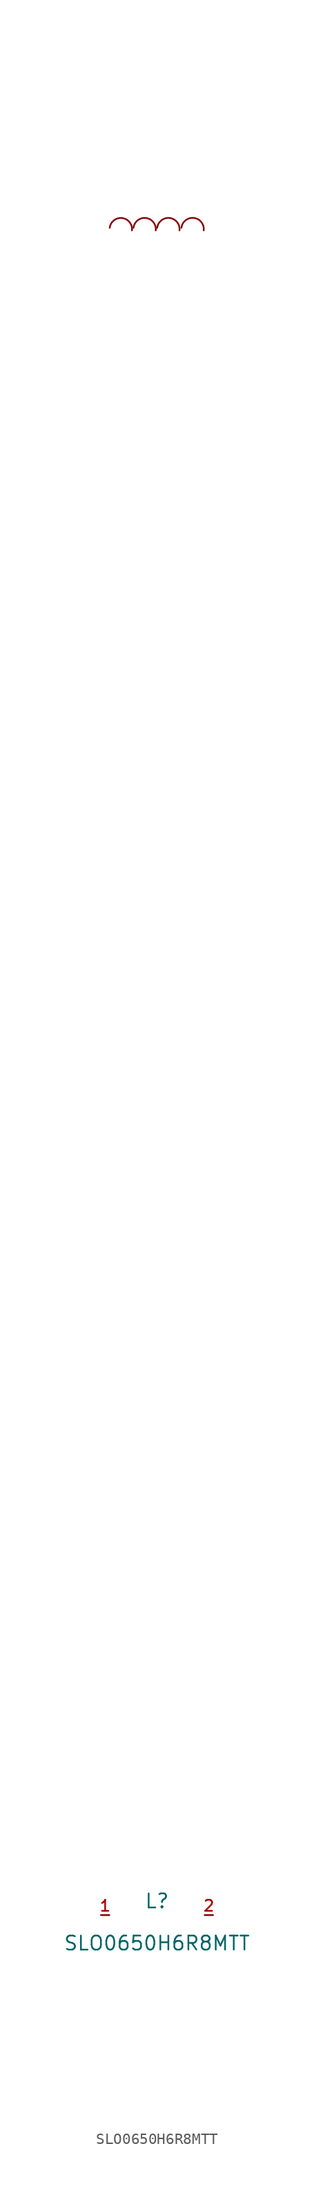
<source format=kicad_sym>
(kicad_symbol_lib
  (version 20210201)
  (generator TousstNicolas/JLC2KiCad_lib)
  (symbol "SLO0650H6R8MTT"
    (pin_names hide)
    (property "Reference" "L"
      (at 0 1.27 0)
      (effects (font (size 1.27 1.27))))
    (property "Value" "SLO0650H6R8MTT"
      (at 0 -2.54 0)
      (effects (font (size 1.27 1.27))))
    (symbol "SLO0650H6R8MTT_0_1"
      (pin unspecified line (at 5.08 -0.0 180) (length 0.762) (name "2" (effects (font (size 1 1)))) (number "2" (effects (font (size 1 1)))))
      (pin unspecified line (at -5.08 -0.0 0) (length 0.762) (name "1" (effects (font (size 1 1)))) (number "1" (effects (font (size 1 1)))))
      (arc (start -2.2675798317689098 152.26577474375057) (mid -3.1589675383294846 153.39269454626879) (end -4.285887329344515 152.50130682516553) (stroke (width 0) (type default) (color 0 0 0 0)) (fill (type none)))
      (arc (start -0.11289020511819081 152.26516817215807) (mid -1.0043096562459306 153.39206286199257) (end -2.131204336687783 152.50064339899106) (stroke (width 0) (type default) (color 0 0 0 0)) (fill (type none)))
      (arc (start 2.037732096126408 152.26516817215807) (mid 1.146312644998668 153.39206286199257) (end 0.019417964556815614 152.50064339899106) (stroke (width 0) (type default) (color 0 0 0 0)) (fill (type none)))
      (arc (start 4.230518481699189 152.26567617317409) (mid 3.339099030571449 153.3925708630086) (end 2.2122043501295967 152.50115140000707) (stroke (width 0) (type default) (color 0 0 0 0)) (fill (type none))))))
</source>
